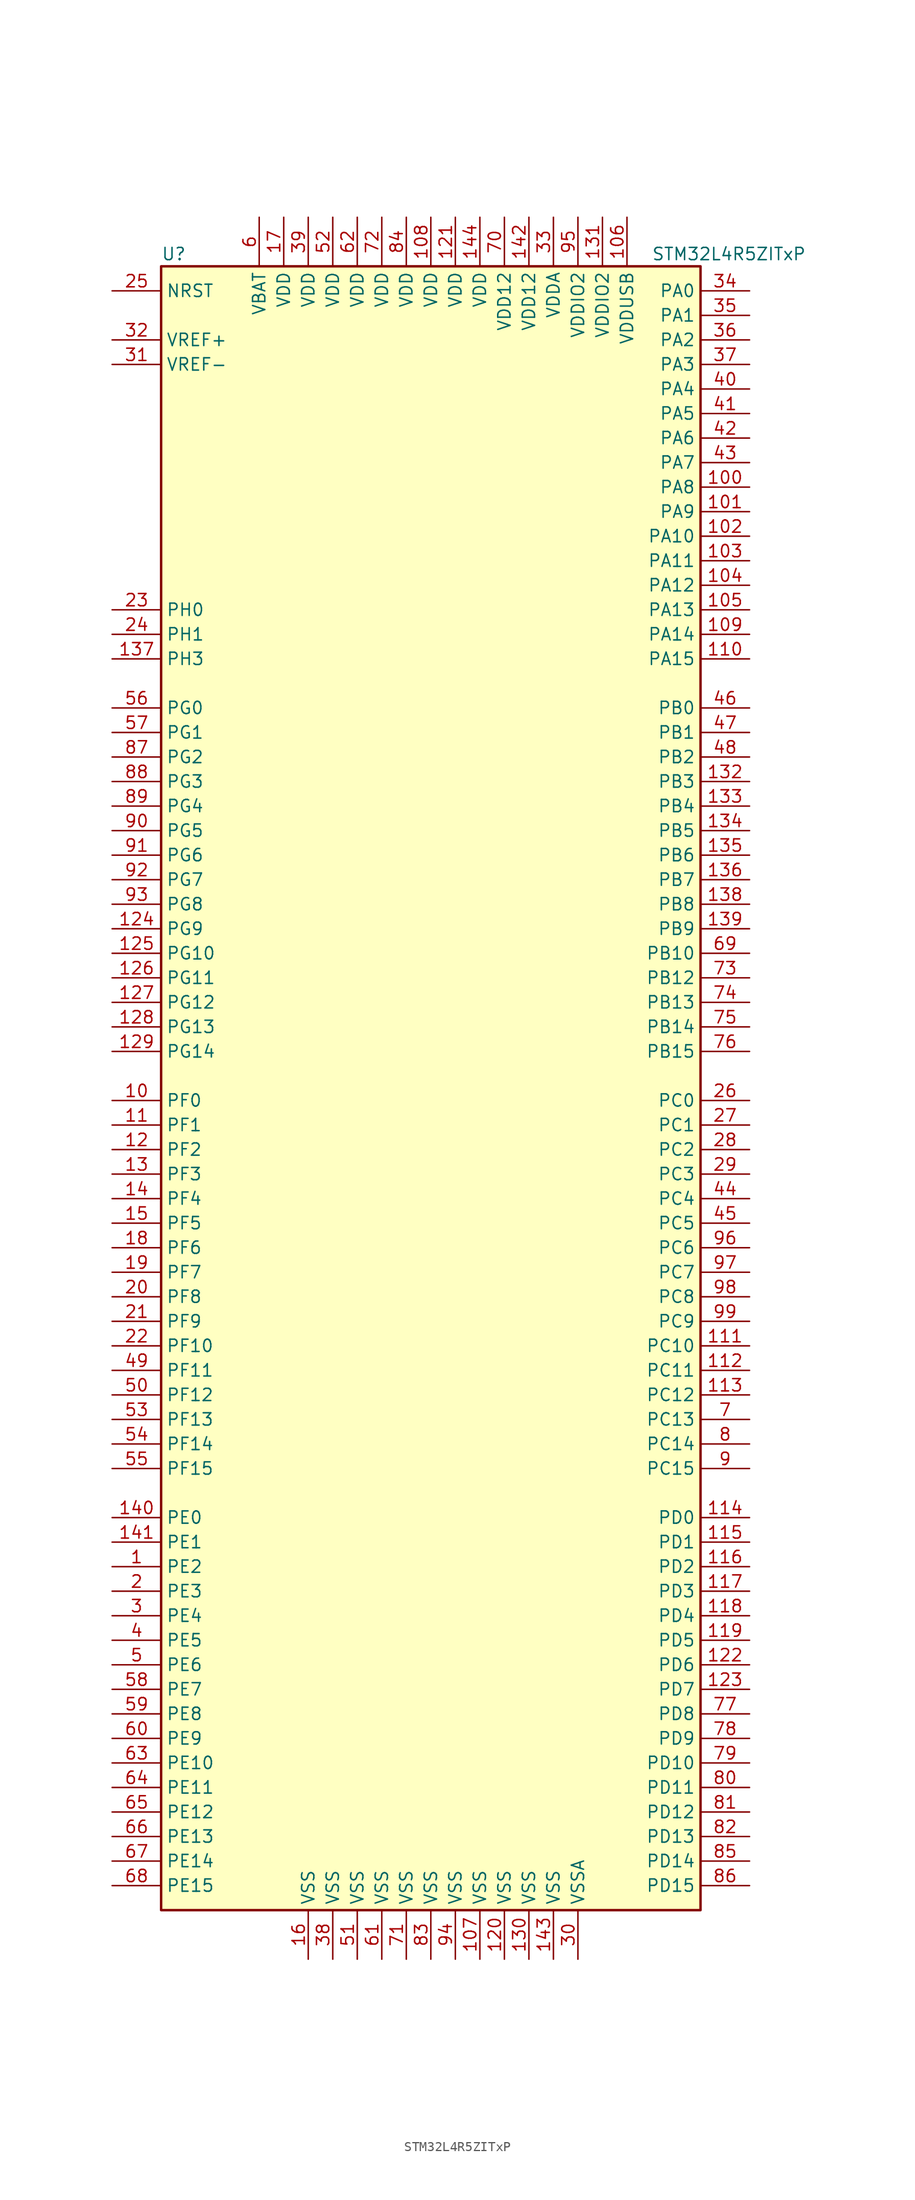
<source format=kicad_sym>
(kicad_symbol_lib
  (version 20220914)
  (generator kicad_symbol_editor)
  (symbol "STM32L4R5ZITxP"
    (property "Reference" "U"
      (at -27.94 85.09 0)
      (effects (font (size 1.27 1.27)) (justify left)))
    (property "Value" "STM32L4R5ZITxP"
      (at 22.86 85.09 0)
      (effects (font (size 1.27 1.27)) (justify left)))
    (symbol "STM32L4R5ZITxP_0_1"
      (rectangle (start -27.94 -86.36) (end 27.94 83.82) (stroke (width 0.254) (type default)) (fill (type background))))
    (symbol "STM32L4R5ZITxP_1_1"
      (pin bidirectional line (at -33.02 -50.8 0) (length 5.08) (name "PE2" (effects (font (size 1.27 1.27)))) (number "1" (effects (font (size 1.27 1.27)))))
      (pin bidirectional line (at -33.02 -2.54 0) (length 5.08) (name "PF0" (effects (font (size 1.27 1.27)))) (number "10" (effects (font (size 1.27 1.27)))))
      (pin bidirectional line (at 33.02 60.96 180) (length 5.08) (name "PA8" (effects (font (size 1.27 1.27)))) (number "100" (effects (font (size 1.27 1.27)))))
      (pin bidirectional line (at 33.02 58.42 180) (length 5.08) (name "PA9" (effects (font (size 1.27 1.27)))) (number "101" (effects (font (size 1.27 1.27)))))
      (pin bidirectional line (at 33.02 55.88 180) (length 5.08) (name "PA10" (effects (font (size 1.27 1.27)))) (number "102" (effects (font (size 1.27 1.27)))))
      (pin bidirectional line (at 33.02 53.34 180) (length 5.08) (name "PA11" (effects (font (size 1.27 1.27)))) (number "103" (effects (font (size 1.27 1.27)))))
      (pin bidirectional line (at 33.02 50.8 180) (length 5.08) (name "PA12" (effects (font (size 1.27 1.27)))) (number "104" (effects (font (size 1.27 1.27)))))
      (pin bidirectional line (at 33.02 48.26 180) (length 5.08) (name "PA13" (effects (font (size 1.27 1.27)))) (number "105" (effects (font (size 1.27 1.27)))))
      (pin power_in line (at 20.32 88.9 270) (length 5.08) (name "VDDUSB" (effects (font (size 1.27 1.27)))) (number "106" (effects (font (size 1.27 1.27)))))
      (pin power_in line (at 5.08 -91.44 90) (length 5.08) (name "VSS" (effects (font (size 1.27 1.27)))) (number "107" (effects (font (size 1.27 1.27)))))
      (pin power_in line (at 0 88.9 270) (length 5.08) (name "VDD" (effects (font (size 1.27 1.27)))) (number "108" (effects (font (size 1.27 1.27)))))
      (pin bidirectional line (at 33.02 45.72 180) (length 5.08) (name "PA14" (effects (font (size 1.27 1.27)))) (number "109" (effects (font (size 1.27 1.27)))))
      (pin bidirectional line (at -33.02 -5.08 0) (length 5.08) (name "PF1" (effects (font (size 1.27 1.27)))) (number "11" (effects (font (size 1.27 1.27)))))
      (pin bidirectional line (at 33.02 43.18 180) (length 5.08) (name "PA15" (effects (font (size 1.27 1.27)))) (number "110" (effects (font (size 1.27 1.27)))))
      (pin bidirectional line (at 33.02 -27.94 180) (length 5.08) (name "PC10" (effects (font (size 1.27 1.27)))) (number "111" (effects (font (size 1.27 1.27)))))
      (pin bidirectional line (at 33.02 -30.48 180) (length 5.08) (name "PC11" (effects (font (size 1.27 1.27)))) (number "112" (effects (font (size 1.27 1.27)))))
      (pin bidirectional line (at 33.02 -33.02 180) (length 5.08) (name "PC12" (effects (font (size 1.27 1.27)))) (number "113" (effects (font (size 1.27 1.27)))))
      (pin bidirectional line (at 33.02 -45.72 180) (length 5.08) (name "PD0" (effects (font (size 1.27 1.27)))) (number "114" (effects (font (size 1.27 1.27)))))
      (pin bidirectional line (at 33.02 -48.26 180) (length 5.08) (name "PD1" (effects (font (size 1.27 1.27)))) (number "115" (effects (font (size 1.27 1.27)))))
      (pin bidirectional line (at 33.02 -50.8 180) (length 5.08) (name "PD2" (effects (font (size 1.27 1.27)))) (number "116" (effects (font (size 1.27 1.27)))))
      (pin bidirectional line (at 33.02 -53.34 180) (length 5.08) (name "PD3" (effects (font (size 1.27 1.27)))) (number "117" (effects (font (size 1.27 1.27)))))
      (pin bidirectional line (at 33.02 -55.88 180) (length 5.08) (name "PD4" (effects (font (size 1.27 1.27)))) (number "118" (effects (font (size 1.27 1.27)))))
      (pin bidirectional line (at 33.02 -58.42 180) (length 5.08) (name "PD5" (effects (font (size 1.27 1.27)))) (number "119" (effects (font (size 1.27 1.27)))))
      (pin bidirectional line (at -33.02 -7.62 0) (length 5.08) (name "PF2" (effects (font (size 1.27 1.27)))) (number "12" (effects (font (size 1.27 1.27)))))
      (pin power_in line (at 7.62 -91.44 90) (length 5.08) (name "VSS" (effects (font (size 1.27 1.27)))) (number "120" (effects (font (size 1.27 1.27)))))
      (pin power_in line (at 2.54 88.9 270) (length 5.08) (name "VDD" (effects (font (size 1.27 1.27)))) (number "121" (effects (font (size 1.27 1.27)))))
      (pin bidirectional line (at 33.02 -60.96 180) (length 5.08) (name "PD6" (effects (font (size 1.27 1.27)))) (number "122" (effects (font (size 1.27 1.27)))))
      (pin bidirectional line (at 33.02 -63.5 180) (length 5.08) (name "PD7" (effects (font (size 1.27 1.27)))) (number "123" (effects (font (size 1.27 1.27)))))
      (pin bidirectional line (at -33.02 15.24 0) (length 5.08) (name "PG9" (effects (font (size 1.27 1.27)))) (number "124" (effects (font (size 1.27 1.27)))))
      (pin bidirectional line (at -33.02 12.7 0) (length 5.08) (name "PG10" (effects (font (size 1.27 1.27)))) (number "125" (effects (font (size 1.27 1.27)))))
      (pin bidirectional line (at -33.02 10.16 0) (length 5.08) (name "PG11" (effects (font (size 1.27 1.27)))) (number "126" (effects (font (size 1.27 1.27)))))
      (pin bidirectional line (at -33.02 7.62 0) (length 5.08) (name "PG12" (effects (font (size 1.27 1.27)))) (number "127" (effects (font (size 1.27 1.27)))))
      (pin bidirectional line (at -33.02 5.08 0) (length 5.08) (name "PG13" (effects (font (size 1.27 1.27)))) (number "128" (effects (font (size 1.27 1.27)))))
      (pin bidirectional line (at -33.02 2.54 0) (length 5.08) (name "PG14" (effects (font (size 1.27 1.27)))) (number "129" (effects (font (size 1.27 1.27)))))
      (pin bidirectional line (at -33.02 -10.16 0) (length 5.08) (name "PF3" (effects (font (size 1.27 1.27)))) (number "13" (effects (font (size 1.27 1.27)))))
      (pin power_in line (at 10.16 -91.44 90) (length 5.08) (name "VSS" (effects (font (size 1.27 1.27)))) (number "130" (effects (font (size 1.27 1.27)))))
      (pin power_in line (at 17.78 88.9 270) (length 5.08) (name "VDDIO2" (effects (font (size 1.27 1.27)))) (number "131" (effects (font (size 1.27 1.27)))))
      (pin bidirectional line (at 33.02 30.48 180) (length 5.08) (name "PB3" (effects (font (size 1.27 1.27)))) (number "132" (effects (font (size 1.27 1.27)))))
      (pin bidirectional line (at 33.02 27.94 180) (length 5.08) (name "PB4" (effects (font (size 1.27 1.27)))) (number "133" (effects (font (size 1.27 1.27)))))
      (pin bidirectional line (at 33.02 25.4 180) (length 5.08) (name "PB5" (effects (font (size 1.27 1.27)))) (number "134" (effects (font (size 1.27 1.27)))))
      (pin bidirectional line (at 33.02 22.86 180) (length 5.08) (name "PB6" (effects (font (size 1.27 1.27)))) (number "135" (effects (font (size 1.27 1.27)))))
      (pin bidirectional line (at 33.02 20.32 180) (length 5.08) (name "PB7" (effects (font (size 1.27 1.27)))) (number "136" (effects (font (size 1.27 1.27)))))
      (pin bidirectional line (at -33.02 43.18 0) (length 5.08) (name "PH3" (effects (font (size 1.27 1.27)))) (number "137" (effects (font (size 1.27 1.27)))))
      (pin bidirectional line (at 33.02 17.78 180) (length 5.08) (name "PB8" (effects (font (size 1.27 1.27)))) (number "138" (effects (font (size 1.27 1.27)))))
      (pin bidirectional line (at 33.02 15.24 180) (length 5.08) (name "PB9" (effects (font (size 1.27 1.27)))) (number "139" (effects (font (size 1.27 1.27)))))
      (pin bidirectional line (at -33.02 -12.7 0) (length 5.08) (name "PF4" (effects (font (size 1.27 1.27)))) (number "14" (effects (font (size 1.27 1.27)))))
      (pin bidirectional line (at -33.02 -45.72 0) (length 5.08) (name "PE0" (effects (font (size 1.27 1.27)))) (number "140" (effects (font (size 1.27 1.27)))))
      (pin bidirectional line (at -33.02 -48.26 0) (length 5.08) (name "PE1" (effects (font (size 1.27 1.27)))) (number "141" (effects (font (size 1.27 1.27)))))
      (pin power_in line (at 10.16 88.9 270) (length 5.08) (name "VDD12" (effects (font (size 1.27 1.27)))) (number "142" (effects (font (size 1.27 1.27)))))
      (pin power_in line (at 12.7 -91.44 90) (length 5.08) (name "VSS" (effects (font (size 1.27 1.27)))) (number "143" (effects (font (size 1.27 1.27)))))
      (pin power_in line (at 5.08 88.9 270) (length 5.08) (name "VDD" (effects (font (size 1.27 1.27)))) (number "144" (effects (font (size 1.27 1.27)))))
      (pin bidirectional line (at -33.02 -15.24 0) (length 5.08) (name "PF5" (effects (font (size 1.27 1.27)))) (number "15" (effects (font (size 1.27 1.27)))))
      (pin power_in line (at -12.7 -91.44 90) (length 5.08) (name "VSS" (effects (font (size 1.27 1.27)))) (number "16" (effects (font (size 1.27 1.27)))))
      (pin power_in line (at -15.24 88.9 270) (length 5.08) (name "VDD" (effects (font (size 1.27 1.27)))) (number "17" (effects (font (size 1.27 1.27)))))
      (pin bidirectional line (at -33.02 -17.78 0) (length 5.08) (name "PF6" (effects (font (size 1.27 1.27)))) (number "18" (effects (font (size 1.27 1.27)))))
      (pin bidirectional line (at -33.02 -20.32 0) (length 5.08) (name "PF7" (effects (font (size 1.27 1.27)))) (number "19" (effects (font (size 1.27 1.27)))))
      (pin bidirectional line (at -33.02 -53.34 0) (length 5.08) (name "PE3" (effects (font (size 1.27 1.27)))) (number "2" (effects (font (size 1.27 1.27)))))
      (pin bidirectional line (at -33.02 -22.86 0) (length 5.08) (name "PF8" (effects (font (size 1.27 1.27)))) (number "20" (effects (font (size 1.27 1.27)))))
      (pin bidirectional line (at -33.02 -25.4 0) (length 5.08) (name "PF9" (effects (font (size 1.27 1.27)))) (number "21" (effects (font (size 1.27 1.27)))))
      (pin bidirectional line (at -33.02 -27.94 0) (length 5.08) (name "PF10" (effects (font (size 1.27 1.27)))) (number "22" (effects (font (size 1.27 1.27)))))
      (pin input line (at -33.02 48.26 0) (length 5.08) (name "PH0" (effects (font (size 1.27 1.27)))) (number "23" (effects (font (size 1.27 1.27)))))
      (pin input line (at -33.02 45.72 0) (length 5.08) (name "PH1" (effects (font (size 1.27 1.27)))) (number "24" (effects (font (size 1.27 1.27)))))
      (pin input line (at -33.02 81.28 0) (length 5.08) (name "NRST" (effects (font (size 1.27 1.27)))) (number "25" (effects (font (size 1.27 1.27)))))
      (pin bidirectional line (at 33.02 -2.54 180) (length 5.08) (name "PC0" (effects (font (size 1.27 1.27)))) (number "26" (effects (font (size 1.27 1.27)))))
      (pin bidirectional line (at 33.02 -5.08 180) (length 5.08) (name "PC1" (effects (font (size 1.27 1.27)))) (number "27" (effects (font (size 1.27 1.27)))))
      (pin bidirectional line (at 33.02 -7.62 180) (length 5.08) (name "PC2" (effects (font (size 1.27 1.27)))) (number "28" (effects (font (size 1.27 1.27)))))
      (pin bidirectional line (at 33.02 -10.16 180) (length 5.08) (name "PC3" (effects (font (size 1.27 1.27)))) (number "29" (effects (font (size 1.27 1.27)))))
      (pin bidirectional line (at -33.02 -55.88 0) (length 5.08) (name "PE4" (effects (font (size 1.27 1.27)))) (number "3" (effects (font (size 1.27 1.27)))))
      (pin power_in line (at 15.24 -91.44 90) (length 5.08) (name "VSSA" (effects (font (size 1.27 1.27)))) (number "30" (effects (font (size 1.27 1.27)))))
      (pin power_in line (at -33.02 73.66 0) (length 5.08) (name "VREF-" (effects (font (size 1.27 1.27)))) (number "31" (effects (font (size 1.27 1.27)))))
      (pin bidirectional line (at -33.02 76.2 0) (length 5.08) (name "VREF+" (effects (font (size 1.27 1.27)))) (number "32" (effects (font (size 1.27 1.27)))))
      (pin power_in line (at 12.7 88.9 270) (length 5.08) (name "VDDA" (effects (font (size 1.27 1.27)))) (number "33" (effects (font (size 1.27 1.27)))))
      (pin bidirectional line (at 33.02 81.28 180) (length 5.08) (name "PA0" (effects (font (size 1.27 1.27)))) (number "34" (effects (font (size 1.27 1.27)))))
      (pin bidirectional line (at 33.02 78.74 180) (length 5.08) (name "PA1" (effects (font (size 1.27 1.27)))) (number "35" (effects (font (size 1.27 1.27)))))
      (pin bidirectional line (at 33.02 76.2 180) (length 5.08) (name "PA2" (effects (font (size 1.27 1.27)))) (number "36" (effects (font (size 1.27 1.27)))))
      (pin bidirectional line (at 33.02 73.66 180) (length 5.08) (name "PA3" (effects (font (size 1.27 1.27)))) (number "37" (effects (font (size 1.27 1.27)))))
      (pin power_in line (at -10.16 -91.44 90) (length 5.08) (name "VSS" (effects (font (size 1.27 1.27)))) (number "38" (effects (font (size 1.27 1.27)))))
      (pin power_in line (at -12.7 88.9 270) (length 5.08) (name "VDD" (effects (font (size 1.27 1.27)))) (number "39" (effects (font (size 1.27 1.27)))))
      (pin bidirectional line (at -33.02 -58.42 0) (length 5.08) (name "PE5" (effects (font (size 1.27 1.27)))) (number "4" (effects (font (size 1.27 1.27)))))
      (pin bidirectional line (at 33.02 71.12 180) (length 5.08) (name "PA4" (effects (font (size 1.27 1.27)))) (number "40" (effects (font (size 1.27 1.27)))))
      (pin bidirectional line (at 33.02 68.58 180) (length 5.08) (name "PA5" (effects (font (size 1.27 1.27)))) (number "41" (effects (font (size 1.27 1.27)))))
      (pin bidirectional line (at 33.02 66.04 180) (length 5.08) (name "PA6" (effects (font (size 1.27 1.27)))) (number "42" (effects (font (size 1.27 1.27)))))
      (pin bidirectional line (at 33.02 63.5 180) (length 5.08) (name "PA7" (effects (font (size 1.27 1.27)))) (number "43" (effects (font (size 1.27 1.27)))))
      (pin bidirectional line (at 33.02 -12.7 180) (length 5.08) (name "PC4" (effects (font (size 1.27 1.27)))) (number "44" (effects (font (size 1.27 1.27)))))
      (pin bidirectional line (at 33.02 -15.24 180) (length 5.08) (name "PC5" (effects (font (size 1.27 1.27)))) (number "45" (effects (font (size 1.27 1.27)))))
      (pin bidirectional line (at 33.02 38.1 180) (length 5.08) (name "PB0" (effects (font (size 1.27 1.27)))) (number "46" (effects (font (size 1.27 1.27)))))
      (pin bidirectional line (at 33.02 35.56 180) (length 5.08) (name "PB1" (effects (font (size 1.27 1.27)))) (number "47" (effects (font (size 1.27 1.27)))))
      (pin bidirectional line (at 33.02 33.02 180) (length 5.08) (name "PB2" (effects (font (size 1.27 1.27)))) (number "48" (effects (font (size 1.27 1.27)))))
      (pin bidirectional line (at -33.02 -30.48 0) (length 5.08) (name "PF11" (effects (font (size 1.27 1.27)))) (number "49" (effects (font (size 1.27 1.27)))))
      (pin bidirectional line (at -33.02 -60.96 0) (length 5.08) (name "PE6" (effects (font (size 1.27 1.27)))) (number "5" (effects (font (size 1.27 1.27)))))
      (pin bidirectional line (at -33.02 -33.02 0) (length 5.08) (name "PF12" (effects (font (size 1.27 1.27)))) (number "50" (effects (font (size 1.27 1.27)))))
      (pin power_in line (at -7.62 -91.44 90) (length 5.08) (name "VSS" (effects (font (size 1.27 1.27)))) (number "51" (effects (font (size 1.27 1.27)))))
      (pin power_in line (at -10.16 88.9 270) (length 5.08) (name "VDD" (effects (font (size 1.27 1.27)))) (number "52" (effects (font (size 1.27 1.27)))))
      (pin bidirectional line (at -33.02 -35.56 0) (length 5.08) (name "PF13" (effects (font (size 1.27 1.27)))) (number "53" (effects (font (size 1.27 1.27)))))
      (pin bidirectional line (at -33.02 -38.1 0) (length 5.08) (name "PF14" (effects (font (size 1.27 1.27)))) (number "54" (effects (font (size 1.27 1.27)))))
      (pin bidirectional line (at -33.02 -40.64 0) (length 5.08) (name "PF15" (effects (font (size 1.27 1.27)))) (number "55" (effects (font (size 1.27 1.27)))))
      (pin bidirectional line (at -33.02 38.1 0) (length 5.08) (name "PG0" (effects (font (size 1.27 1.27)))) (number "56" (effects (font (size 1.27 1.27)))))
      (pin bidirectional line (at -33.02 35.56 0) (length 5.08) (name "PG1" (effects (font (size 1.27 1.27)))) (number "57" (effects (font (size 1.27 1.27)))))
      (pin bidirectional line (at -33.02 -63.5 0) (length 5.08) (name "PE7" (effects (font (size 1.27 1.27)))) (number "58" (effects (font (size 1.27 1.27)))))
      (pin bidirectional line (at -33.02 -66.04 0) (length 5.08) (name "PE8" (effects (font (size 1.27 1.27)))) (number "59" (effects (font (size 1.27 1.27)))))
      (pin power_in line (at -17.78 88.9 270) (length 5.08) (name "VBAT" (effects (font (size 1.27 1.27)))) (number "6" (effects (font (size 1.27 1.27)))))
      (pin bidirectional line (at -33.02 -68.58 0) (length 5.08) (name "PE9" (effects (font (size 1.27 1.27)))) (number "60" (effects (font (size 1.27 1.27)))))
      (pin power_in line (at -5.08 -91.44 90) (length 5.08) (name "VSS" (effects (font (size 1.27 1.27)))) (number "61" (effects (font (size 1.27 1.27)))))
      (pin power_in line (at -7.62 88.9 270) (length 5.08) (name "VDD" (effects (font (size 1.27 1.27)))) (number "62" (effects (font (size 1.27 1.27)))))
      (pin bidirectional line (at -33.02 -71.12 0) (length 5.08) (name "PE10" (effects (font (size 1.27 1.27)))) (number "63" (effects (font (size 1.27 1.27)))))
      (pin bidirectional line (at -33.02 -73.66 0) (length 5.08) (name "PE11" (effects (font (size 1.27 1.27)))) (number "64" (effects (font (size 1.27 1.27)))))
      (pin bidirectional line (at -33.02 -76.2 0) (length 5.08) (name "PE12" (effects (font (size 1.27 1.27)))) (number "65" (effects (font (size 1.27 1.27)))))
      (pin bidirectional line (at -33.02 -78.74 0) (length 5.08) (name "PE13" (effects (font (size 1.27 1.27)))) (number "66" (effects (font (size 1.27 1.27)))))
      (pin bidirectional line (at -33.02 -81.28 0) (length 5.08) (name "PE14" (effects (font (size 1.27 1.27)))) (number "67" (effects (font (size 1.27 1.27)))))
      (pin bidirectional line (at -33.02 -83.82 0) (length 5.08) (name "PE15" (effects (font (size 1.27 1.27)))) (number "68" (effects (font (size 1.27 1.27)))))
      (pin bidirectional line (at 33.02 12.7 180) (length 5.08) (name "PB10" (effects (font (size 1.27 1.27)))) (number "69" (effects (font (size 1.27 1.27)))))
      (pin bidirectional line (at 33.02 -35.56 180) (length 5.08) (name "PC13" (effects (font (size 1.27 1.27)))) (number "7" (effects (font (size 1.27 1.27)))))
      (pin power_in line (at 7.62 88.9 270) (length 5.08) (name "VDD12" (effects (font (size 1.27 1.27)))) (number "70" (effects (font (size 1.27 1.27)))))
      (pin power_in line (at -2.54 -91.44 90) (length 5.08) (name "VSS" (effects (font (size 1.27 1.27)))) (number "71" (effects (font (size 1.27 1.27)))))
      (pin power_in line (at -5.08 88.9 270) (length 5.08) (name "VDD" (effects (font (size 1.27 1.27)))) (number "72" (effects (font (size 1.27 1.27)))))
      (pin bidirectional line (at 33.02 10.16 180) (length 5.08) (name "PB12" (effects (font (size 1.27 1.27)))) (number "73" (effects (font (size 1.27 1.27)))))
      (pin bidirectional line (at 33.02 7.62 180) (length 5.08) (name "PB13" (effects (font (size 1.27 1.27)))) (number "74" (effects (font (size 1.27 1.27)))))
      (pin bidirectional line (at 33.02 5.08 180) (length 5.08) (name "PB14" (effects (font (size 1.27 1.27)))) (number "75" (effects (font (size 1.27 1.27)))))
      (pin bidirectional line (at 33.02 2.54 180) (length 5.08) (name "PB15" (effects (font (size 1.27 1.27)))) (number "76" (effects (font (size 1.27 1.27)))))
      (pin bidirectional line (at 33.02 -66.04 180) (length 5.08) (name "PD8" (effects (font (size 1.27 1.27)))) (number "77" (effects (font (size 1.27 1.27)))))
      (pin bidirectional line (at 33.02 -68.58 180) (length 5.08) (name "PD9" (effects (font (size 1.27 1.27)))) (number "78" (effects (font (size 1.27 1.27)))))
      (pin bidirectional line (at 33.02 -71.12 180) (length 5.08) (name "PD10" (effects (font (size 1.27 1.27)))) (number "79" (effects (font (size 1.27 1.27)))))
      (pin bidirectional line (at 33.02 -38.1 180) (length 5.08) (name "PC14" (effects (font (size 1.27 1.27)))) (number "8" (effects (font (size 1.27 1.27)))))
      (pin bidirectional line (at 33.02 -73.66 180) (length 5.08) (name "PD11" (effects (font (size 1.27 1.27)))) (number "80" (effects (font (size 1.27 1.27)))))
      (pin bidirectional line (at 33.02 -76.2 180) (length 5.08) (name "PD12" (effects (font (size 1.27 1.27)))) (number "81" (effects (font (size 1.27 1.27)))))
      (pin bidirectional line (at 33.02 -78.74 180) (length 5.08) (name "PD13" (effects (font (size 1.27 1.27)))) (number "82" (effects (font (size 1.27 1.27)))))
      (pin power_in line (at 0 -91.44 90) (length 5.08) (name "VSS" (effects (font (size 1.27 1.27)))) (number "83" (effects (font (size 1.27 1.27)))))
      (pin power_in line (at -2.54 88.9 270) (length 5.08) (name "VDD" (effects (font (size 1.27 1.27)))) (number "84" (effects (font (size 1.27 1.27)))))
      (pin bidirectional line (at 33.02 -81.28 180) (length 5.08) (name "PD14" (effects (font (size 1.27 1.27)))) (number "85" (effects (font (size 1.27 1.27)))))
      (pin bidirectional line (at 33.02 -83.82 180) (length 5.08) (name "PD15" (effects (font (size 1.27 1.27)))) (number "86" (effects (font (size 1.27 1.27)))))
      (pin bidirectional line (at -33.02 33.02 0) (length 5.08) (name "PG2" (effects (font (size 1.27 1.27)))) (number "87" (effects (font (size 1.27 1.27)))))
      (pin bidirectional line (at -33.02 30.48 0) (length 5.08) (name "PG3" (effects (font (size 1.27 1.27)))) (number "88" (effects (font (size 1.27 1.27)))))
      (pin bidirectional line (at -33.02 27.94 0) (length 5.08) (name "PG4" (effects (font (size 1.27 1.27)))) (number "89" (effects (font (size 1.27 1.27)))))
      (pin bidirectional line (at 33.02 -40.64 180) (length 5.08) (name "PC15" (effects (font (size 1.27 1.27)))) (number "9" (effects (font (size 1.27 1.27)))))
      (pin bidirectional line (at -33.02 25.4 0) (length 5.08) (name "PG5" (effects (font (size 1.27 1.27)))) (number "90" (effects (font (size 1.27 1.27)))))
      (pin bidirectional line (at -33.02 22.86 0) (length 5.08) (name "PG6" (effects (font (size 1.27 1.27)))) (number "91" (effects (font (size 1.27 1.27)))))
      (pin bidirectional line (at -33.02 20.32 0) (length 5.08) (name "PG7" (effects (font (size 1.27 1.27)))) (number "92" (effects (font (size 1.27 1.27)))))
      (pin bidirectional line (at -33.02 17.78 0) (length 5.08) (name "PG8" (effects (font (size 1.27 1.27)))) (number "93" (effects (font (size 1.27 1.27)))))
      (pin power_in line (at 2.54 -91.44 90) (length 5.08) (name "VSS" (effects (font (size 1.27 1.27)))) (number "94" (effects (font (size 1.27 1.27)))))
      (pin power_in line (at 15.24 88.9 270) (length 5.08) (name "VDDIO2" (effects (font (size 1.27 1.27)))) (number "95" (effects (font (size 1.27 1.27)))))
      (pin bidirectional line (at 33.02 -17.78 180) (length 5.08) (name "PC6" (effects (font (size 1.27 1.27)))) (number "96" (effects (font (size 1.27 1.27)))))
      (pin bidirectional line (at 33.02 -20.32 180) (length 5.08) (name "PC7" (effects (font (size 1.27 1.27)))) (number "97" (effects (font (size 1.27 1.27)))))
      (pin bidirectional line (at 33.02 -22.86 180) (length 5.08) (name "PC8" (effects (font (size 1.27 1.27)))) (number "98" (effects (font (size 1.27 1.27)))))
      (pin bidirectional line (at 33.02 -25.4 180) (length 5.08) (name "PC9" (effects (font (size 1.27 1.27)))) (number "99" (effects (font (size 1.27 1.27))))))))
</source>
